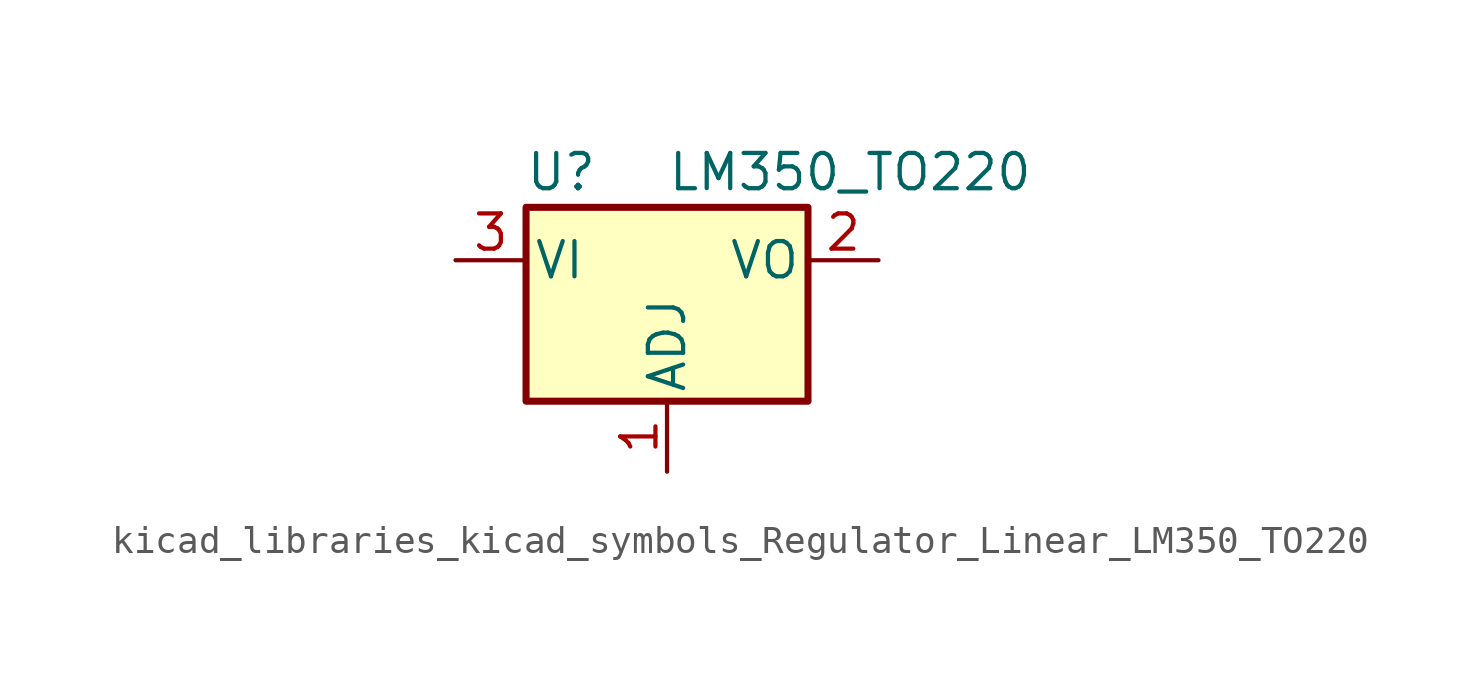
<source format=kicad_sym>
(kicad_symbol_lib
  (version 20220914)
  (generator kicad_symbol_editor)
  (symbol "kicad_libraries_kicad_symbols_Regulator_Linear_LM350_TO220"
    (pin_names
      (offset 0.254))
    (property "Reference" "U"
      (at -3.81 3.175 0)
      (effects (font (size 1.27 1.27))))
    (property "Value" "LM350_TO220"
      (at 0 3.175 0)
      (effects (font (size 1.27 1.27)) (justify left)))
    (symbol "kicad_libraries_kicad_symbols_Regulator_Linear_LM350_TO220_0_1"
      (rectangle (start -5.08 1.905) (end 5.08 -5.08) (stroke (width 0.254) (type default)) (fill (type background))))
    (symbol "kicad_libraries_kicad_symbols_Regulator_Linear_LM350_TO220_1_1"
      (pin input line (at 0 -7.62 90) (length 2.54) (name "ADJ" (effects (font (size 1.27 1.27)))) (number "1" (effects (font (size 1.27 1.27)))))
      (pin power_out line (at 7.62 0 180) (length 2.54) (name "VO" (effects (font (size 1.27 1.27)))) (number "2" (effects (font (size 1.27 1.27)))))
      (pin power_in line (at -7.62 0 0) (length 2.54) (name "VI" (effects (font (size 1.27 1.27)))) (number "3" (effects (font (size 1.27 1.27))))))))
</source>
